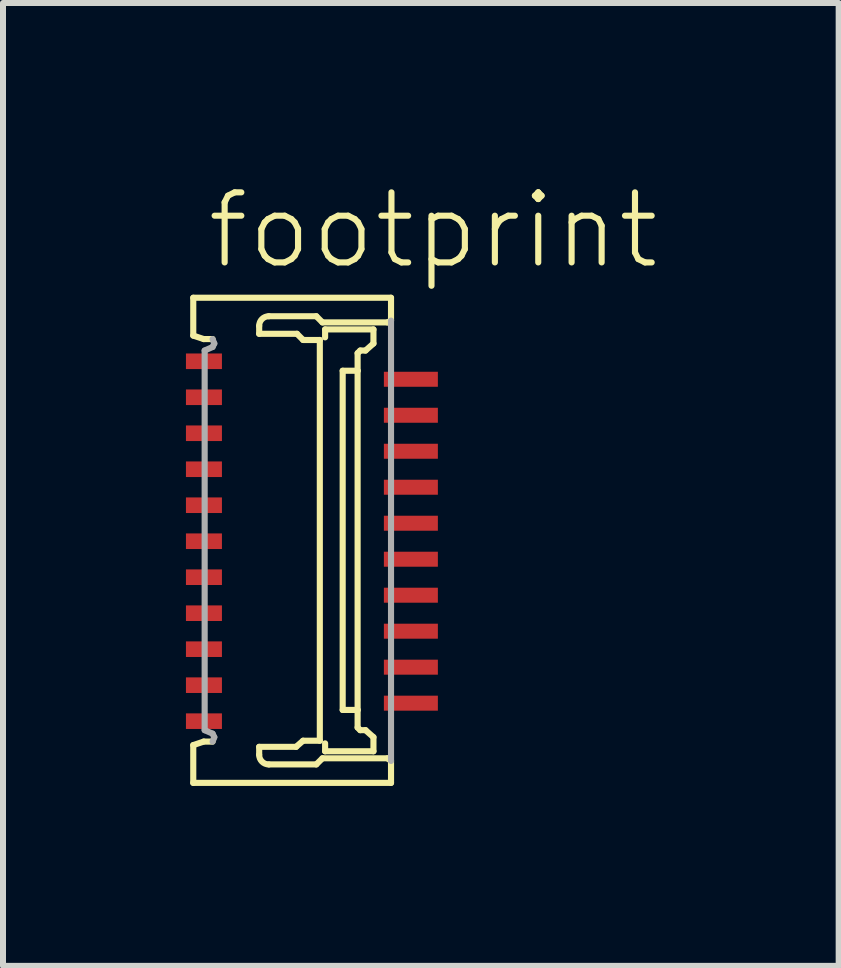
<source format=kicad_pcb>
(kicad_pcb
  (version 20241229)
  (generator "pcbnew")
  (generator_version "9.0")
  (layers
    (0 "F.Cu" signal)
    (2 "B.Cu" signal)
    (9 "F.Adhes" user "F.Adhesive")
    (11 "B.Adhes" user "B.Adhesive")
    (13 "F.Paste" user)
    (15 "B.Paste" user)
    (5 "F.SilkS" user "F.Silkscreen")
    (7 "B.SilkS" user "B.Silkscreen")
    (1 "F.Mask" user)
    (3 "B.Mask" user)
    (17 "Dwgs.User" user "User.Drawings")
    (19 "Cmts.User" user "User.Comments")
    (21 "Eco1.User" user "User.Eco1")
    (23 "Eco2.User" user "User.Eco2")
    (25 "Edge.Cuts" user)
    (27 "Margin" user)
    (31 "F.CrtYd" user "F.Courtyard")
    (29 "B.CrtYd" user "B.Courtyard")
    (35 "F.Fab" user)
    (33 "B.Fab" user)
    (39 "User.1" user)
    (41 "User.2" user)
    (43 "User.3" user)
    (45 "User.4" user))
  (footprint "footprint"
    (layer "F.Cu")
    (at 2.15 5.973)
    (property "Reference" "footprint" (at -1.8 -4.5 0) (layer "F.SilkS") (effects (font (size 1.168 1.168) (thickness 0.102)) (justify left bottom)))
    (fp_poly (pts (xy -2.15 -2.825) (xy -1.45 -2.825) (xy -1.45 -3.175) (xy -2.15 -3.175)) (stroke (width 0) (type solid)) (fill yes) (layer "F.Mask"))
    (fp_poly (pts (xy -2.15 -2.225) (xy -1.45 -2.225) (xy -1.45 -2.575) (xy -2.15 -2.575)) (stroke (width 0) (type solid)) (fill yes) (layer "F.Mask"))
    (fp_poly (pts (xy -2.15 -1.625) (xy -1.45 -1.625) (xy -1.45 -1.975) (xy -2.15 -1.975)) (stroke (width 0) (type solid)) (fill yes) (layer "F.Mask"))
    (fp_poly (pts (xy -2.15 -1.025) (xy -1.45 -1.025) (xy -1.45 -1.375) (xy -2.15 -1.375)) (stroke (width 0) (type solid)) (fill yes) (layer "F.Mask"))
    (fp_poly (pts (xy -2.15 -0.425) (xy -1.45 -0.425) (xy -1.45 -0.775) (xy -2.15 -0.775)) (stroke (width 0) (type solid)) (fill yes) (layer "F.Mask"))
    (fp_poly (pts (xy -2.15 0.175) (xy -1.45 0.175) (xy -1.45 -0.175) (xy -2.15 -0.175)) (stroke (width 0) (type solid)) (fill yes) (layer "F.Mask"))
    (fp_poly (pts (xy -2.15 0.775) (xy -1.45 0.775) (xy -1.45 0.425) (xy -2.15 0.425)) (stroke (width 0) (type solid)) (fill yes) (layer "F.Mask"))
    (fp_poly (pts (xy -2.15 1.375) (xy -1.45 1.375) (xy -1.45 1.025) (xy -2.15 1.025)) (stroke (width 0) (type solid)) (fill yes) (layer "F.Mask"))
    (fp_poly (pts (xy -2.15 1.975) (xy -1.45 1.975) (xy -1.45 1.625) (xy -2.15 1.625)) (stroke (width 0) (type solid)) (fill yes) (layer "F.Mask"))
    (fp_poly (pts (xy -2.15 2.575) (xy -1.45 2.575) (xy -1.45 2.225) (xy -2.15 2.225)) (stroke (width 0) (type solid)) (fill yes) (layer "F.Mask"))
    (fp_poly (pts (xy -2.15 3.175) (xy -1.45 3.175) (xy -1.45 2.825) (xy -2.15 2.825)) (stroke (width 0) (type solid)) (fill yes) (layer "F.Mask"))
    (fp_poly (pts (xy 1.15 -2.525) (xy 2.15 -2.525) (xy 2.15 -2.875) (xy 1.15 -2.875)) (stroke (width 0) (type solid)) (fill yes) (layer "F.Mask"))
    (fp_poly (pts (xy 1.15 -1.925) (xy 2.15 -1.925) (xy 2.15 -2.275) (xy 1.15 -2.275)) (stroke (width 0) (type solid)) (fill yes) (layer "F.Mask"))
    (fp_poly (pts (xy 1.15 -1.325) (xy 2.15 -1.325) (xy 2.15 -1.675) (xy 1.15 -1.675)) (stroke (width 0) (type solid)) (fill yes) (layer "F.Mask"))
    (fp_poly (pts (xy 1.15 -0.725) (xy 2.15 -0.725) (xy 2.15 -1.075) (xy 1.15 -1.075)) (stroke (width 0) (type solid)) (fill yes) (layer "F.Mask"))
    (fp_poly (pts (xy 1.15 -0.125) (xy 2.15 -0.125) (xy 2.15 -0.475) (xy 1.15 -0.475)) (stroke (width 0) (type solid)) (fill yes) (layer "F.Mask"))
    (fp_poly (pts (xy 1.15 0.475) (xy 2.15 0.475) (xy 2.15 0.125) (xy 1.15 0.125)) (stroke (width 0) (type solid)) (fill yes) (layer "F.Mask"))
    (fp_poly (pts (xy 1.15 1.075) (xy 2.15 1.075) (xy 2.15 0.725) (xy 1.15 0.725)) (stroke (width 0) (type solid)) (fill yes) (layer "F.Mask"))
    (fp_poly (pts (xy 1.15 1.675) (xy 2.15 1.675) (xy 2.15 1.325) (xy 1.15 1.325)) (stroke (width 0) (type solid)) (fill yes) (layer "F.Mask"))
    (fp_poly (pts (xy 1.15 2.275) (xy 2.15 2.275) (xy 2.15 1.925) (xy 1.15 1.925)) (stroke (width 0) (type solid)) (fill yes) (layer "F.Mask"))
    (fp_poly (pts (xy 1.15 2.875) (xy 2.15 2.875) (xy 2.15 2.525) (xy 1.15 2.525)) (stroke (width 0) (type solid)) (fill yes) (layer "F.Mask"))
    (fp_line (start -1.978 -4.059) (end 1.319 -4.059) (stroke (width 0.102) (type solid)) (layer "F.SilkS"))
    (fp_line (start -1.978 -3.428) (end -1.978 -4.059) (stroke (width 0.102) (type solid)) (layer "F.SilkS"))
    (fp_line (start -1.978 3.399) (end -1.803 3.34) (stroke (width 0.102) (type solid)) (layer "F.SilkS"))
    (fp_line (start -1.978 4.029) (end -1.978 3.399) (stroke (width 0.102) (type solid)) (layer "F.SilkS"))
    (fp_line (start -1.803 -3.37) (end -1.978 -3.428) (stroke (width 0.102) (type solid)) (layer "F.SilkS"))
    (fp_line (start -1.803 3.34) (end -1.656 3.341) (stroke (width 0.102) (type solid)) (layer "F.SilkS"))
    (fp_line (start -1.656 -3.37) (end -1.803 -3.37) (stroke (width 0.102) (type solid)) (layer "F.SilkS"))
    (fp_line (start -0.879 -3.59) (end -0.879 -3.458) (stroke (width 0.102) (type solid)) (layer "F.SilkS"))
    (fp_line (start -0.879 -3.458) (end -0.249 -3.458) (stroke (width 0.102) (type solid)) (layer "F.SilkS"))
    (fp_line (start -0.879 3.428) (end -0.879 3.56) (stroke (width 0.102) (type solid)) (layer "F.SilkS"))
    (fp_line (start -0.718 3.721) (end 0.073 3.721) (stroke (width 0.102) (type solid)) (layer "F.SilkS"))
    (fp_line (start -0.264 3.428) (end -0.879 3.428) (stroke (width 0.102) (type solid)) (layer "F.SilkS"))
    (fp_line (start -0.249 -3.458) (end -0.146 -3.355) (stroke (width 0.102) (type solid)) (layer "F.SilkS"))
    (fp_line (start -0.147 3.326) (end -0.264 3.428) (stroke (width 0.102) (type solid)) (layer "F.SilkS"))
    (fp_line (start -0.146 -3.355) (end 0.132 -3.355) (stroke (width 0.102) (type solid)) (layer "F.SilkS"))
    (fp_line (start 0.073 3.721) (end 0.176 3.619) (stroke (width 0.102) (type solid)) (layer "F.SilkS"))
    (fp_line (start 0.073 -3.751) (end -0.718 -3.751) (stroke (width 0.102) (type solid)) (layer "F.SilkS"))
    (fp_line (start 0.132 -3.355) (end 0.132 3.326) (stroke (width 0.102) (type solid)) (layer "F.SilkS"))
    (fp_line (start 0.132 3.326) (end -0.147 3.326) (stroke (width 0.102) (type solid)) (layer "F.SilkS"))
    (fp_line (start 0.176 -3.648) (end 0.073 -3.751) (stroke (width 0.102) (type solid)) (layer "F.SilkS"))
    (fp_line (start 0.176 3.619) (end 1.26 3.619) (stroke (width 0.102) (type solid)) (layer "F.SilkS"))
    (fp_line (start 0.22 -3.531) (end 0.22 -3.399) (stroke (width 0.102) (type solid)) (layer "F.SilkS"))
    (fp_line (start 0.22 3.502) (end 0.22 3.37) (stroke (width 0.102) (type solid)) (layer "F.SilkS"))
    (fp_line (start 0.513 -2.842) (end 0.762 -2.842) (stroke (width 0.102) (type solid)) (layer "F.SilkS"))
    (fp_line (start 0.513 2.813) (end 0.513 -2.842) (stroke (width 0.102) (type solid)) (layer "F.SilkS"))
    (fp_line (start 0.762 -3.135) (end 0.806 -3.179) (stroke (width 0.102) (type solid)) (layer "F.SilkS"))
    (fp_line (start 0.762 -2.842) (end 0.762 -3.135) (stroke (width 0.102) (type solid)) (layer "F.SilkS"))
    (fp_line (start 0.762 -2.842) (end 0.762 2.813) (stroke (width 0.102) (type solid)) (layer "F.SilkS"))
    (fp_line (start 0.762 2.813) (end 0.513 2.813) (stroke (width 0.102) (type solid)) (layer "F.SilkS"))
    (fp_line (start 0.762 3.106) (end 0.762 2.813) (stroke (width 0.102) (type solid)) (layer "F.SilkS"))
    (fp_line (start 0.806 -3.179) (end 0.894 -3.179) (stroke (width 0.102) (type solid)) (layer "F.SilkS"))
    (fp_line (start 0.806 3.15) (end 0.762 3.106) (stroke (width 0.102) (type solid)) (layer "F.SilkS"))
    (fp_line (start 0.894 -3.179) (end 1.026 -3.296) (stroke (width 0.102) (type solid)) (layer "F.SilkS"))
    (fp_line (start 0.894 3.15) (end 0.806 3.15) (stroke (width 0.102) (type solid)) (layer "F.SilkS"))
    (fp_line (start 1.026 -3.531) (end 0.22 -3.531) (stroke (width 0.102) (type solid)) (layer "F.SilkS"))
    (fp_line (start 1.026 -3.296) (end 1.026 -3.531) (stroke (width 0.102) (type solid)) (layer "F.SilkS"))
    (fp_line (start 1.026 3.267) (end 0.894 3.15) (stroke (width 0.102) (type solid)) (layer "F.SilkS"))
    (fp_line (start 1.026 3.502) (end 0.22 3.502) (stroke (width 0.102) (type solid)) (layer "F.SilkS"))
    (fp_line (start 1.026 3.502) (end 1.026 3.267) (stroke (width 0.102) (type solid)) (layer "F.SilkS"))
    (fp_line (start 1.26 -3.648) (end 0.176 -3.648) (stroke (width 0.102) (type solid)) (layer "F.SilkS"))
    (fp_line (start 1.26 3.619) (end 1.319 3.663) (stroke (width 0.102) (type solid)) (layer "F.SilkS"))
    (fp_line (start 1.319 -4.059) (end 1.319 -3.678) (stroke (width 0.102) (type solid)) (layer "F.SilkS"))
    (fp_line (start 1.319 -3.678) (end 1.26 -3.648) (stroke (width 0.102) (type solid)) (layer "F.SilkS"))
    (fp_line (start 1.319 3.663) (end 1.319 4.029) (stroke (width 0.102) (type solid)) (layer "F.SilkS"))
    (fp_line (start 1.319 4.029) (end -1.978 4.029) (stroke (width 0.102) (type solid)) (layer "F.SilkS"))
    (fp_arc (start -0.8793 -3.5896) (mid -0.832086 -3.703586) (end -0.7181 -3.7508) (stroke (width 0.1016) (type solid)) (layer "F.SilkS"))
    (fp_arc (start -0.7181 3.7215) (mid -0.832086 3.674286) (end -0.8793 3.5603) (stroke (width 0.1016) (type solid)) (layer "F.SilkS"))
    (fp_line (start -1.788 -3.179) (end -1.656 -3.238) (stroke (width 0.102) (type solid)) (layer "F.Fab"))
    (fp_line (start -1.788 3.15) (end -1.788 -3.179) (stroke (width 0.102) (type solid)) (layer "F.Fab"))
    (fp_line (start -1.656 3.208) (end -1.788 3.15) (stroke (width 0.102) (type solid)) (layer "F.Fab"))
    (fp_line (start -1.656 3.341) (end -1.627 3.267) (stroke (width 0.102) (type solid)) (layer "F.Fab"))
    (fp_line (start -1.656 -3.238) (end -1.627 -3.296) (stroke (width 0.102) (type solid)) (layer "F.Fab"))
    (fp_line (start -1.627 -3.296) (end -1.656 -3.37) (stroke (width 0.102) (type solid)) (layer "F.Fab"))
    (fp_line (start -1.627 3.267) (end -1.656 3.208) (stroke (width 0.102) (type solid)) (layer "F.Fab"))
    (fp_line (start 1.319 -3.678) (end 1.319 3.663) (stroke (width 0.102) (type solid)) (layer "F.Fab"))
    (pad "1" smd rect (at -1.8 -3 270) (size 0.26 0.6) (layers "F.Cu" "F.Paste"))
    (pad "2" smd rect (at 1.65 -2.7 270) (size 0.25 0.9) (layers "F.Cu" "F.Paste"))
    (pad "3" smd rect (at -1.8 -2.4 270) (size 0.26 0.6) (layers "F.Cu" "F.Paste"))
    (pad "4" smd rect (at 1.65 -2.1 270) (size 0.25 0.9) (layers "F.Cu" "F.Paste"))
    (pad "5" smd rect (at -1.8 -1.8 270) (size 0.26 0.6) (layers "F.Cu" "F.Paste"))
    (pad "6" smd rect (at 1.65 -1.5 270) (size 0.25 0.9) (layers "F.Cu" "F.Paste"))
    (pad "7" smd rect (at -1.8 -1.2 270) (size 0.26 0.6) (layers "F.Cu" "F.Paste"))
    (pad "8" smd rect (at 1.65 -0.9 270) (size 0.25 0.9) (layers "F.Cu" "F.Paste"))
    (pad "9" smd rect (at -1.8 -0.6 270) (size 0.26 0.6) (layers "F.Cu" "F.Paste"))
    (pad "10" smd rect (at 1.65 -0.3 270) (size 0.25 0.9) (layers "F.Cu" "F.Paste"))
    (pad "11" smd rect (at -1.8 0 270) (size 0.26 0.6) (layers "F.Cu" "F.Paste"))
    (pad "12" smd rect (at 1.65 0.3 270) (size 0.25 0.9) (layers "F.Cu" "F.Paste"))
    (pad "13" smd rect (at -1.8 0.6 270) (size 0.26 0.6) (layers "F.Cu" "F.Paste"))
    (pad "14" smd rect (at 1.65 0.9 270) (size 0.25 0.9) (layers "F.Cu" "F.Paste"))
    (pad "15" smd rect (at -1.8 1.2 270) (size 0.26 0.6) (layers "F.Cu" "F.Paste"))
    (pad "16" smd rect (at 1.65 1.5 270) (size 0.25 0.9) (layers "F.Cu" "F.Paste"))
    (pad "17" smd rect (at -1.8 1.8 270) (size 0.26 0.6) (layers "F.Cu" "F.Paste"))
    (pad "18" smd rect (at 1.65 2.1 270) (size 0.25 0.9) (layers "F.Cu" "F.Paste"))
    (pad "19" smd rect (at -1.8 2.4 270) (size 0.26 0.6) (layers "F.Cu" "F.Paste"))
    (pad "20" smd rect (at 1.65 2.7 270) (size 0.25 0.9) (layers "F.Cu" "F.Paste"))
    (pad "21" smd rect (at -1.8 3 270) (size 0.26 0.6) (layers "F.Cu" "F.Paste")))
  (gr_rect
    (start -3 -3)
    (end 10.932 13.053)
    (stroke (width 0.1) (type default))
    (fill no)
    (layer "Edge.Cuts")))
</source>
